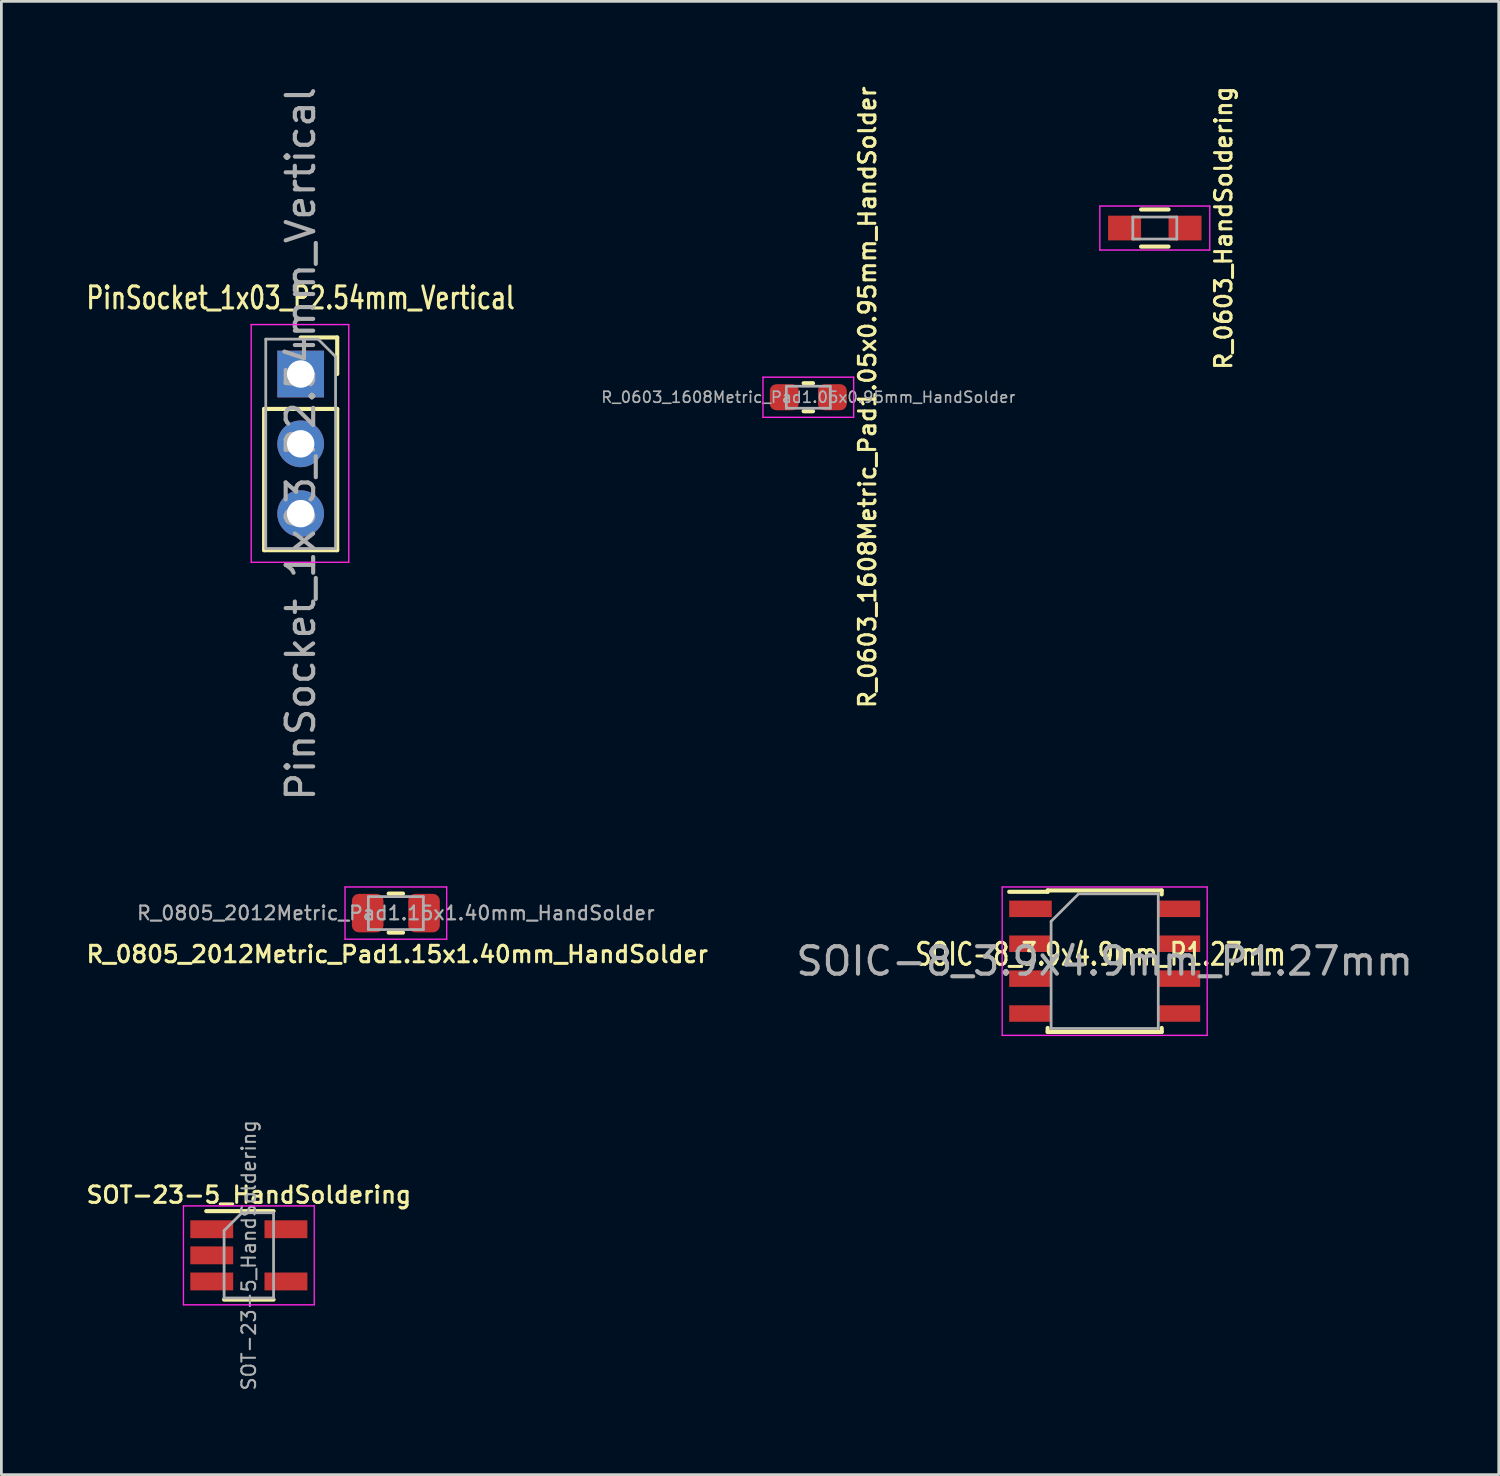
<source format=kicad_pcb>
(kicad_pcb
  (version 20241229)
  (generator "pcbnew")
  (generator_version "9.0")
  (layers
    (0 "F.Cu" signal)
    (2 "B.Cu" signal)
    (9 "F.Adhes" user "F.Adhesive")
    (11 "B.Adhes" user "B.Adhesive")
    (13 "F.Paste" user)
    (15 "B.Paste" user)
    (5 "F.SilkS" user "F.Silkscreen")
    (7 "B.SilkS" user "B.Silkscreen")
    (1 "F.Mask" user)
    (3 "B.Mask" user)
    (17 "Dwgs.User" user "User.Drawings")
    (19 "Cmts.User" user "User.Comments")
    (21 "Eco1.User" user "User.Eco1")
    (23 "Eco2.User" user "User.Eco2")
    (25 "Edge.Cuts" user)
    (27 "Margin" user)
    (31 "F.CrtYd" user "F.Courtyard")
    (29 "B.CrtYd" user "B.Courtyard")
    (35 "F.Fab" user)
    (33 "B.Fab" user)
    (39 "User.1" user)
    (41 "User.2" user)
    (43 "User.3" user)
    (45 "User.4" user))
  (footprint "R_0603_1608Metric_Pad1.05x0.95mm_HandSolder"
    (layer "F.Cu")
    (at 26.365 11.405)
    (property "Reference" "R_0603_1608Metric_Pad1.05x0.95mm_HandSolder" (at 2.15 0 90) (layer "F.SilkS") (effects (font (size 0.6 0.6) (thickness 0.11))))
    (attr smd)
    (fp_line (start -0.171 -0.51) (end 0.171 -0.51) (stroke (width 0.15) (type solid)) (layer "F.SilkS"))
    (fp_line (start -0.171 0.51) (end 0.171 0.51) (stroke (width 0.15) (type solid)) (layer "F.SilkS"))
    (fp_line (start -1.65 -0.73) (end 1.65 -0.73) (stroke (width 0.05) (type solid)) (layer "F.CrtYd"))
    (fp_line (start -1.65 0.73) (end -1.65 -0.73) (stroke (width 0.05) (type solid)) (layer "F.CrtYd"))
    (fp_line (start 1.65 -0.73) (end 1.65 0.73) (stroke (width 0.05) (type solid)) (layer "F.CrtYd"))
    (fp_line (start 1.65 0.73) (end -1.65 0.73) (stroke (width 0.05) (type solid)) (layer "F.CrtYd"))
    (fp_line (start -0.8 -0.4) (end 0.8 -0.4) (stroke (width 0.1) (type solid)) (layer "F.Fab"))
    (fp_line (start -0.8 0.4) (end -0.8 -0.4) (stroke (width 0.1) (type solid)) (layer "F.Fab"))
    (fp_line (start 0.8 -0.4) (end 0.8 0.4) (stroke (width 0.1) (type solid)) (layer "F.Fab"))
    (fp_line (start 0.8 0.4) (end -0.8 0.4) (stroke (width 0.1) (type solid)) (layer "F.Fab"))
    (fp_text user "${REFERENCE}" (at 0 0 0) (layer "F.Fab") (effects (font (size 0.4 0.4) (thickness 0.06))))
    (pad "1" smd roundrect (at -0.875 0) (size 1.05 0.95) (layers "F.Cu" "F.Mask" "F.Paste") (roundrect_rratio 0.25))
    (pad "2" smd roundrect (at 0.875 0) (size 1.05 0.95) (layers "F.Cu" "F.Mask" "F.Paste") (roundrect_rratio 0.25)))
  (footprint "SOT-23-5_HandSoldering"
    (layer "F.Cu")
    (at 6.005 42.632)
    (property "Reference" "SOT-23-5_HandSoldering" (at 0 -2.2 0) (layer "F.SilkS") (effects (font (size 0.6 0.6) (thickness 0.11))))
    (attr smd)
    (fp_line (start -0.9 1.61) (end 0.9 1.61) (stroke (width 0.15) (type solid)) (layer "F.SilkS"))
    (fp_line (start 0.9 -1.61) (end -1.55 -1.61) (stroke (width 0.15) (type solid)) (layer "F.SilkS"))
    (fp_line (start -2.38 -1.8) (end -2.38 1.8) (stroke (width 0.05) (type solid)) (layer "F.CrtYd"))
    (fp_line (start -2.38 -1.8) (end 2.38 -1.8) (stroke (width 0.05) (type solid)) (layer "F.CrtYd"))
    (fp_line (start 2.38 1.8) (end -2.38 1.8) (stroke (width 0.05) (type solid)) (layer "F.CrtYd"))
    (fp_line (start 2.38 1.8) (end 2.38 -1.8) (stroke (width 0.05) (type solid)) (layer "F.CrtYd"))
    (fp_line (start -0.9 -0.9) (end -0.9 1.55) (stroke (width 0.1) (type solid)) (layer "F.Fab"))
    (fp_line (start -0.9 -0.9) (end -0.25 -1.55) (stroke (width 0.1) (type solid)) (layer "F.Fab"))
    (fp_line (start 0.9 -1.55) (end -0.25 -1.55) (stroke (width 0.1) (type solid)) (layer "F.Fab"))
    (fp_line (start 0.9 -1.55) (end 0.9 1.55) (stroke (width 0.1) (type solid)) (layer "F.Fab"))
    (fp_line (start 0.9 1.55) (end -0.9 1.55) (stroke (width 0.1) (type solid)) (layer "F.Fab"))
    (fp_text user "${REFERENCE}" (at 0 0 90) (layer "F.Fab") (effects (font (size 0.5 0.5) (thickness 0.075))))
    (pad "1" smd rect (at -1.35 -0.95) (size 1.56 0.65) (layers "F.Cu" "F.Mask" "F.Paste"))
    (pad "2" smd rect (at -1.35 0) (size 1.56 0.65) (layers "F.Cu" "F.Mask" "F.Paste"))
    (pad "3" smd rect (at -1.35 0.95) (size 1.56 0.65) (layers "F.Cu" "F.Mask" "F.Paste"))
    (pad "4" smd rect (at 1.35 0.95) (size 1.56 0.65) (layers "F.Cu" "F.Mask" "F.Paste"))
    (pad "5" smd rect (at 1.35 -0.95) (size 1.56 0.65) (layers "F.Cu" "F.Mask" "F.Paste")))
  (footprint "SOIC-8_3.9x4.9mm_P1.27mm"
    (layer "F.Cu")
    (at 37.149 31.927)
    (property "Reference" "SOIC-8_3.9x4.9mm_P1.27mm" (at -0.15 -0.25 0) (layer "F.SilkS") (effects (font (size 0.8 0.6) (thickness 0.11))))
    (attr smd)
    (fp_line (start -2.075 -2.575) (end -2.075 -2.525) (stroke (width 0.15) (type solid)) (layer "F.SilkS"))
    (fp_line (start -2.075 -2.575) (end 2.075 -2.575) (stroke (width 0.15) (type solid)) (layer "F.SilkS"))
    (fp_line (start -2.075 -2.525) (end -3.475 -2.525) (stroke (width 0.15) (type solid)) (layer "F.SilkS"))
    (fp_line (start -2.075 2.575) (end -2.075 2.43) (stroke (width 0.15) (type solid)) (layer "F.SilkS"))
    (fp_line (start -2.075 2.575) (end 2.075 2.575) (stroke (width 0.15) (type solid)) (layer "F.SilkS"))
    (fp_line (start 2.075 -2.575) (end 2.075 -2.43) (stroke (width 0.15) (type solid)) (layer "F.SilkS"))
    (fp_line (start 2.075 2.575) (end 2.075 2.43) (stroke (width 0.15) (type solid)) (layer "F.SilkS"))
    (fp_line (start -3.73 -2.7) (end -3.73 2.7) (stroke (width 0.05) (type solid)) (layer "F.CrtYd"))
    (fp_line (start -3.73 -2.7) (end 3.73 -2.7) (stroke (width 0.05) (type solid)) (layer "F.CrtYd"))
    (fp_line (start -3.73 2.7) (end 3.73 2.7) (stroke (width 0.05) (type solid)) (layer "F.CrtYd"))
    (fp_line (start 3.73 -2.7) (end 3.73 2.7) (stroke (width 0.05) (type solid)) (layer "F.CrtYd"))
    (fp_line (start -1.95 -1.45) (end -0.95 -2.45) (stroke (width 0.1) (type solid)) (layer "F.Fab"))
    (fp_line (start -1.95 2.45) (end -1.95 -1.45) (stroke (width 0.1) (type solid)) (layer "F.Fab"))
    (fp_line (start -0.95 -2.45) (end 1.95 -2.45) (stroke (width 0.1) (type solid)) (layer "F.Fab"))
    (fp_line (start 1.95 -2.45) (end 1.95 2.45) (stroke (width 0.1) (type solid)) (layer "F.Fab"))
    (fp_line (start 1.95 2.45) (end -1.95 2.45) (stroke (width 0.1) (type solid)) (layer "F.Fab"))
    (fp_text user "${REFERENCE}" (at 0 0 0) (layer "F.Fab") (effects (font (size 1 1) (thickness 0.15))))
    (pad "1" smd rect (at -2.7 -1.905) (size 1.55 0.6) (layers "F.Cu" "F.Mask" "F.Paste"))
    (pad "2" smd rect (at -2.7 -0.635) (size 1.55 0.6) (layers "F.Cu" "F.Mask" "F.Paste"))
    (pad "3" smd rect (at -2.7 0.635) (size 1.55 0.6) (layers "F.Cu" "F.Mask" "F.Paste"))
    (pad "4" smd rect (at -2.7 1.905) (size 1.55 0.6) (layers "F.Cu" "F.Mask" "F.Paste"))
    (pad "5" smd rect (at 2.7 1.905) (size 1.55 0.6) (layers "F.Cu" "F.Mask" "F.Paste"))
    (pad "6" smd rect (at 2.7 0.635) (size 1.55 0.6) (layers "F.Cu" "F.Mask" "F.Paste"))
    (pad "7" smd rect (at 2.7 -0.635) (size 1.55 0.6) (layers "F.Cu" "F.Mask" "F.Paste"))
    (pad "8" smd rect (at 2.7 -1.905) (size 1.55 0.6) (layers "F.Cu" "F.Mask" "F.Paste")))
  (footprint "PinSocket_1x03_P2.54mm_Vertical"
    (layer "F.Cu")
    (at 7.891 10.561)
    (property "Reference" "PinSocket_1x03_P2.54mm_Vertical" (at 0 -2.77 0) (layer "F.SilkS") (effects (font (size 0.8 0.6) (thickness 0.11))))
    (attr through_hole)
    (fp_line (start -1.33 1.27) (end -1.33 6.41) (stroke (width 0.15) (type solid)) (layer "F.SilkS"))
    (fp_line (start -1.33 1.27) (end 1.33 1.27) (stroke (width 0.15) (type solid)) (layer "F.SilkS"))
    (fp_line (start -1.33 6.41) (end 1.33 6.41) (stroke (width 0.15) (type solid)) (layer "F.SilkS"))
    (fp_line (start 0 -1.33) (end 1.33 -1.33) (stroke (width 0.15) (type solid)) (layer "F.SilkS"))
    (fp_line (start 1.33 -1.33) (end 1.33 0) (stroke (width 0.15) (type solid)) (layer "F.SilkS"))
    (fp_line (start 1.33 1.27) (end 1.33 6.41) (stroke (width 0.15) (type solid)) (layer "F.SilkS"))
    (fp_line (start -1.8 -1.8) (end 1.75 -1.8) (stroke (width 0.05) (type solid)) (layer "F.CrtYd"))
    (fp_line (start -1.8 6.85) (end -1.8 -1.8) (stroke (width 0.05) (type solid)) (layer "F.CrtYd"))
    (fp_line (start 1.75 -1.8) (end 1.75 6.85) (stroke (width 0.05) (type solid)) (layer "F.CrtYd"))
    (fp_line (start 1.75 6.85) (end -1.8 6.85) (stroke (width 0.05) (type solid)) (layer "F.CrtYd"))
    (fp_line (start -1.27 -1.27) (end 0.635 -1.27) (stroke (width 0.1) (type solid)) (layer "F.Fab"))
    (fp_line (start -1.27 6.35) (end -1.27 -1.27) (stroke (width 0.1) (type solid)) (layer "F.Fab"))
    (fp_line (start 0.635 -1.27) (end 1.27 -0.635) (stroke (width 0.1) (type solid)) (layer "F.Fab"))
    (fp_line (start 1.27 -0.635) (end 1.27 6.35) (stroke (width 0.1) (type solid)) (layer "F.Fab"))
    (fp_line (start 1.27 6.35) (end -1.27 6.35) (stroke (width 0.1) (type solid)) (layer "F.Fab"))
    (fp_text user "${REFERENCE}" (at 0 2.54 90) (layer "F.Fab") (effects (font (size 1 1) (thickness 0.15))))
    (pad "1" thru_hole rect (at 0 0) (size 1.7 1.7) (drill 1) (layers "*.Cu" "*.Mask"))
    (pad "2" thru_hole oval (at 0 2.54) (size 1.7 1.7) (drill 1) (layers "*.Cu" "*.Mask"))
    (pad "3" thru_hole oval (at 0 5.08) (size 1.7 1.7) (drill 1) (layers "*.Cu" "*.Mask")))
  (footprint "R_0603_HandSoldering"
    (layer "F.Cu")
    (at 38.973 5.248)
    (property "Reference" "R_0603_HandSoldering" (at 2.5 0 90) (layer "F.SilkS") (effects (font (size 0.6 0.6) (thickness 0.11))))
    (attr smd)
    (fp_line (start -0.5 -0.675) (end 0.5 -0.675) (stroke (width 0.15) (type solid)) (layer "F.SilkS"))
    (fp_line (start 0.5 0.675) (end -0.5 0.675) (stroke (width 0.15) (type solid)) (layer "F.SilkS"))
    (fp_line (start -2 -0.8) (end -2 0.8) (stroke (width 0.05) (type solid)) (layer "F.CrtYd"))
    (fp_line (start -2 -0.8) (end 2 -0.8) (stroke (width 0.05) (type solid)) (layer "F.CrtYd"))
    (fp_line (start -2 0.8) (end 2 0.8) (stroke (width 0.05) (type solid)) (layer "F.CrtYd"))
    (fp_line (start 2 -0.8) (end 2 0.8) (stroke (width 0.05) (type solid)) (layer "F.CrtYd"))
    (fp_line (start -0.8 -0.4) (end 0.8 -0.4) (stroke (width 0.1) (type solid)) (layer "F.Fab"))
    (fp_line (start -0.8 0.4) (end -0.8 -0.4) (stroke (width 0.1) (type solid)) (layer "F.Fab"))
    (fp_line (start 0.8 -0.4) (end 0.8 0.4) (stroke (width 0.1) (type solid)) (layer "F.Fab"))
    (fp_line (start 0.8 0.4) (end -0.8 0.4) (stroke (width 0.1) (type solid)) (layer "F.Fab"))
    (pad "1" smd rect (at -1.1 0) (size 1.2 0.9) (layers "F.Cu" "F.Mask" "F.Paste"))
    (pad "2" smd rect (at 1.1 0) (size 1.2 0.9) (layers "F.Cu" "F.Mask" "F.Paste")))
  (footprint "R_0805_2012Metric_Pad1.15x1.40mm_HandSolder"
    (layer "F.Cu")
    (at 11.355 30.177)
    (property "Reference" "R_0805_2012Metric_Pad1.15x1.40mm_HandSolder" (at 0.05 1.5 0) (layer "F.SilkS") (effects (font (size 0.6 0.6) (thickness 0.11))))
    (attr smd)
    (fp_line (start -0.261 -0.71) (end 0.261 -0.71) (stroke (width 0.15) (type solid)) (layer "F.SilkS"))
    (fp_line (start -0.261 0.71) (end 0.261 0.71) (stroke (width 0.15) (type solid)) (layer "F.SilkS"))
    (fp_line (start -1.85 -0.95) (end 1.85 -0.95) (stroke (width 0.05) (type solid)) (layer "F.CrtYd"))
    (fp_line (start -1.85 0.95) (end -1.85 -0.95) (stroke (width 0.05) (type solid)) (layer "F.CrtYd"))
    (fp_line (start 1.85 -0.95) (end 1.85 0.95) (stroke (width 0.05) (type solid)) (layer "F.CrtYd"))
    (fp_line (start 1.85 0.95) (end -1.85 0.95) (stroke (width 0.05) (type solid)) (layer "F.CrtYd"))
    (fp_line (start -1 -0.6) (end 1 -0.6) (stroke (width 0.1) (type solid)) (layer "F.Fab"))
    (fp_line (start -1 0.6) (end -1 -0.6) (stroke (width 0.1) (type solid)) (layer "F.Fab"))
    (fp_line (start 1 -0.6) (end 1 0.6) (stroke (width 0.1) (type solid)) (layer "F.Fab"))
    (fp_line (start 1 0.6) (end -1 0.6) (stroke (width 0.1) (type solid)) (layer "F.Fab"))
    (fp_text user "${REFERENCE}" (at 0 0 0) (layer "F.Fab") (effects (font (size 0.5 0.5) (thickness 0.08))))
    (pad "1" smd roundrect (at -1.025 0) (size 1.15 1.4) (layers "F.Cu" "F.Mask" "F.Paste") (roundrect_rratio 0.217))
    (pad "2" smd roundrect (at 1.025 0) (size 1.15 1.4) (layers "F.Cu" "F.Mask" "F.Paste") (roundrect_rratio 0.217)))
  (gr_rect
    (start -3 -3)
    (end 51.489 50.611)
    (stroke (width 0.1) (type default))
    (fill no)
    (layer "Edge.Cuts")))
</source>
